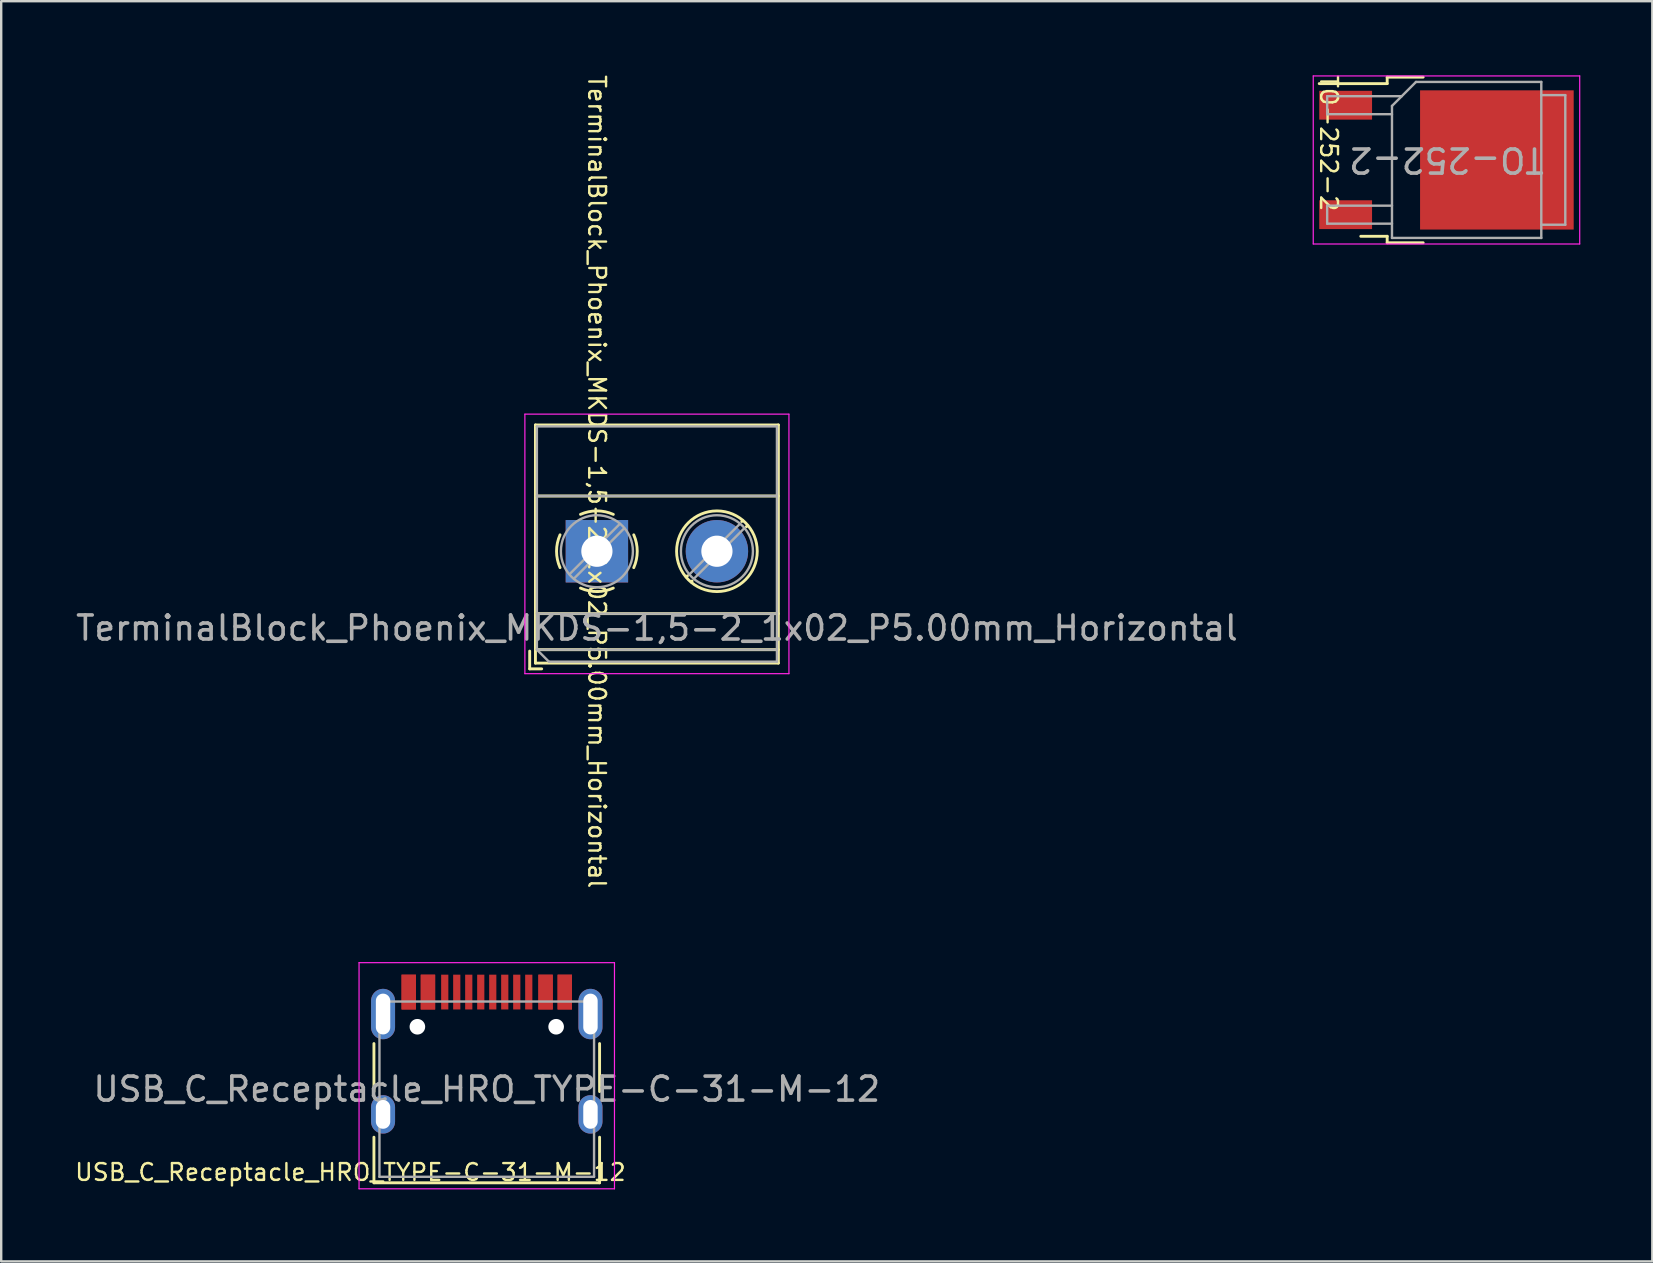
<source format=kicad_pcb>
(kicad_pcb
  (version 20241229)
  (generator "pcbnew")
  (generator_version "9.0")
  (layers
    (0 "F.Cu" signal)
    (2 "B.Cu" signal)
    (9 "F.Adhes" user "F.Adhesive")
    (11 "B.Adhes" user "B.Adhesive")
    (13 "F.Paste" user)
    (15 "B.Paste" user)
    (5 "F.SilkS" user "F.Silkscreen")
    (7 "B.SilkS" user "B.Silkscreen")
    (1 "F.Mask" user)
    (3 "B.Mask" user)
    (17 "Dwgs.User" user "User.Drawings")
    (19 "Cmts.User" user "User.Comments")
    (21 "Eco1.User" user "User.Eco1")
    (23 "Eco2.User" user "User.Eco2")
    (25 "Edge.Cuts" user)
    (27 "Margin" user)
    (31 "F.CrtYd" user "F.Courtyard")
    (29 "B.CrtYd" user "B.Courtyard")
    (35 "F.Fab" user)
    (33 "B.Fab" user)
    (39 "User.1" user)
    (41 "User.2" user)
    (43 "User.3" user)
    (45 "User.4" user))
  (footprint "USB_C_Receptacle_HRO_TYPE-C-31-M-12"
    (layer "F.Cu")
    (at 17.227 42.322)
    (property "Reference" "USB_C_Receptacle_HRO_TYPE-C-31-M-12" (at -5.68 3.46 0) (unlocked yes) (layer "F.SilkS") (effects (font (size 0.7 0.7) (thickness 0.1))))
    (attr smd)
    (fp_line (start -4.7 -1.9) (end -4.7 0.1) (stroke (width 0.12) (type solid)) (layer "F.SilkS"))
    (fp_line (start -4.7 2) (end -4.7 3.9) (stroke (width 0.12) (type solid)) (layer "F.SilkS"))
    (fp_line (start -4.7 3.9) (end 4.7 3.9) (stroke (width 0.12) (type solid)) (layer "F.SilkS"))
    (fp_line (start 4.7 -1.9) (end 4.7 0.1) (stroke (width 0.12) (type solid)) (layer "F.SilkS"))
    (fp_line (start 4.7 2) (end 4.7 3.9) (stroke (width 0.12) (type solid)) (layer "F.SilkS"))
    (fp_line (start -5.32 -5.27) (end -5.32 4.15) (stroke (width 0.05) (type solid)) (layer "F.CrtYd"))
    (fp_line (start -5.32 -5.27) (end 5.32 -5.27) (stroke (width 0.05) (type solid)) (layer "F.CrtYd"))
    (fp_line (start -5.32 4.15) (end 5.32 4.15) (stroke (width 0.05) (type solid)) (layer "F.CrtYd"))
    (fp_line (start 5.32 -5.27) (end 5.32 4.15) (stroke (width 0.05) (type solid)) (layer "F.CrtYd"))
    (fp_line (start -4.47 -3.65) (end -4.47 3.65) (stroke (width 0.1) (type solid)) (layer "F.Fab"))
    (fp_line (start -4.47 -3.65) (end 4.47 -3.65) (stroke (width 0.1) (type solid)) (layer "F.Fab"))
    (fp_line (start -4.47 3.65) (end 4.47 3.65) (stroke (width 0.1) (type solid)) (layer "F.Fab"))
    (fp_line (start 4.47 -3.65) (end 4.47 3.65) (stroke (width 0.1) (type solid)) (layer "F.Fab"))
    (fp_text user "${REFERENCE}" (at 0 0 0) (unlocked yes) (layer "F.Fab") (effects (font (size 1 1) (thickness 0.15))))
    (pad "" np_thru_hole circle (at -2.89 -2.6) (size 0.65 0.65) (drill 0.65) (layers "*.Cu" "*.Mask"))
    (pad "" np_thru_hole circle (at 2.89 -2.6) (size 0.65 0.65) (drill 0.65) (layers "*.Cu" "*.Mask"))
    (pad "A1" smd rect (at -3.25 -4.045) (size 0.6 1.45) (layers "F.Cu" "F.Mask" "F.Paste"))
    (pad "A4" smd rect (at -2.45 -4.045) (size 0.6 1.45) (layers "F.Cu" "F.Mask" "F.Paste"))
    (pad "A5" smd rect (at -1.25 -4.045) (size 0.3 1.45) (layers "F.Cu" "F.Mask" "F.Paste"))
    (pad "A6" smd rect (at -0.25 -4.045) (size 0.3 1.45) (layers "F.Cu" "F.Mask" "F.Paste"))
    (pad "A7" smd rect (at 0.25 -4.045) (size 0.3 1.45) (layers "F.Cu" "F.Mask" "F.Paste"))
    (pad "A8" smd rect (at 1.25 -4.045) (size 0.3 1.45) (layers "F.Cu" "F.Mask" "F.Paste"))
    (pad "A9" smd rect (at 2.45 -4.045) (size 0.6 1.45) (layers "F.Cu" "F.Mask" "F.Paste"))
    (pad "A12" smd rect (at 3.25 -4.045) (size 0.6 1.45) (layers "F.Cu" "F.Mask" "F.Paste"))
    (pad "B1" smd rect (at 3.25 -4.045) (size 0.6 1.45) (layers "F.Cu" "F.Mask" "F.Paste"))
    (pad "B4" smd rect (at 2.45 -4.045) (size 0.6 1.45) (layers "F.Cu" "F.Mask" "F.Paste"))
    (pad "B5" smd rect (at 1.75 -4.045) (size 0.3 1.45) (layers "F.Cu" "F.Mask" "F.Paste"))
    (pad "B6" smd rect (at 0.75 -4.045) (size 0.3 1.45) (layers "F.Cu" "F.Mask" "F.Paste"))
    (pad "B7" smd rect (at -0.75 -4.045) (size 0.3 1.45) (layers "F.Cu" "F.Mask" "F.Paste"))
    (pad "B8" smd rect (at -1.75 -4.045) (size 0.3 1.45) (layers "F.Cu" "F.Mask" "F.Paste"))
    (pad "B9" smd rect (at -2.45 -4.045) (size 0.6 1.45) (layers "F.Cu" "F.Mask" "F.Paste"))
    (pad "B12" smd rect (at -3.25 -4.045) (size 0.6 1.45) (layers "F.Cu" "F.Mask" "F.Paste"))
    (pad "S1" thru_hole oval (at -4.32 -3.13) (size 1 2.1) (drill oval 0.6 1.7) (layers "*.Cu" "*.Mask"))
    (pad "S1" thru_hole oval (at -4.32 1.05) (size 1 1.6) (drill oval 0.6 1.2) (layers "*.Cu" "*.Mask"))
    (pad "S1" thru_hole oval (at 4.32 -3.13) (size 1 2.1) (drill oval 0.6 1.7) (layers "*.Cu" "*.Mask"))
    (pad "S1" thru_hole oval (at 4.32 1.05) (size 1 1.6) (drill oval 0.6 1.2) (layers "*.Cu" "*.Mask")))
  (footprint "TO-252-2"
    (layer "F.Cu")
    (at 57.206 3.613)
    (property "Reference" "TO-252-2" (at -4.9 -0.7 270) (unlocked yes) (layer "F.SilkS") (effects (font (size 0.7 0.7) (thickness 0.1))))
    (attr smd)
    (fp_line (start -2.47 -3.45) (end -2.47 -3.18) (stroke (width 0.12) (type solid)) (layer "F.SilkS"))
    (fp_line (start -2.47 -3.18) (end -5.3 -3.18) (stroke (width 0.12) (type solid)) (layer "F.SilkS"))
    (fp_line (start -2.47 3.18) (end -3.57 3.18) (stroke (width 0.12) (type solid)) (layer "F.SilkS"))
    (fp_line (start -2.47 3.45) (end -2.47 3.18) (stroke (width 0.12) (type solid)) (layer "F.SilkS"))
    (fp_line (start -0.97 -3.45) (end -2.47 -3.45) (stroke (width 0.12) (type solid)) (layer "F.SilkS"))
    (fp_line (start -0.97 3.45) (end -2.47 3.45) (stroke (width 0.12) (type solid)) (layer "F.SilkS"))
    (fp_line (start -5.55 -3.5) (end -5.55 3.5) (stroke (width 0.05) (type solid)) (layer "F.CrtYd"))
    (fp_line (start -5.55 3.5) (end 5.55 3.5) (stroke (width 0.05) (type solid)) (layer "F.CrtYd"))
    (fp_line (start 5.55 -3.5) (end -5.55 -3.5) (stroke (width 0.05) (type solid)) (layer "F.CrtYd"))
    (fp_line (start 5.55 3.5) (end 5.55 -3.5) (stroke (width 0.05) (type solid)) (layer "F.CrtYd"))
    (fp_line (start -4.97 -2.655) (end -4.97 -1.905) (stroke (width 0.1) (type solid)) (layer "F.Fab"))
    (fp_line (start -4.97 -1.905) (end -2.27 -1.905) (stroke (width 0.1) (type solid)) (layer "F.Fab"))
    (fp_line (start -4.97 1.905) (end -4.97 2.655) (stroke (width 0.1) (type solid)) (layer "F.Fab"))
    (fp_line (start -4.97 2.655) (end -2.27 2.655) (stroke (width 0.1) (type solid)) (layer "F.Fab"))
    (fp_line (start -2.27 -2.25) (end -1.27 -3.25) (stroke (width 0.1) (type solid)) (layer "F.Fab"))
    (fp_line (start -2.27 1.905) (end -4.97 1.905) (stroke (width 0.1) (type solid)) (layer "F.Fab"))
    (fp_line (start -2.27 3.25) (end -2.27 -2.25) (stroke (width 0.1) (type solid)) (layer "F.Fab"))
    (fp_line (start -1.865 -2.655) (end -4.97 -2.655) (stroke (width 0.1) (type solid)) (layer "F.Fab"))
    (fp_line (start -1.27 -3.25) (end 3.95 -3.25) (stroke (width 0.1) (type solid)) (layer "F.Fab"))
    (fp_line (start 3.95 -3.25) (end 3.95 3.25) (stroke (width 0.1) (type solid)) (layer "F.Fab"))
    (fp_line (start 3.95 -2.7) (end 4.95 -2.7) (stroke (width 0.1) (type solid)) (layer "F.Fab"))
    (fp_line (start 3.95 3.25) (end -2.27 3.25) (stroke (width 0.1) (type solid)) (layer "F.Fab"))
    (fp_line (start 4.95 -2.7) (end 4.95 2.7) (stroke (width 0.1) (type solid)) (layer "F.Fab"))
    (fp_line (start 4.95 2.7) (end 3.95 2.7) (stroke (width 0.1) (type solid)) (layer "F.Fab"))
    (fp_text user "${REFERENCE}" (at 0 0 180) (unlocked yes) (layer "F.Fab") (effects (font (size 1 1) (thickness 0.15))))
    (pad "" smd rect (at 0.425 -1.525) (size 3.05 2.75) (layers "F.Paste"))
    (pad "" smd rect (at 0.425 1.525) (size 3.05 2.75) (layers "F.Paste"))
    (pad "" smd rect (at 3.775 -1.525) (size 3.05 2.75) (layers "F.Paste"))
    (pad "" smd rect (at 3.775 1.525) (size 3.05 2.75) (layers "F.Paste"))
    (pad "1" smd rect (at -4.2 -2.28) (size 2.2 1.2) (layers "F.Cu" "F.Mask" "F.Paste"))
    (pad "2" smd rect (at 2.1 0) (size 6.4 5.8) (layers "F.Cu" "F.Mask"))
    (pad "3" smd rect (at -4.2 2.28) (size 2.2 1.2) (layers "F.Cu" "F.Mask" "F.Paste")))
  (footprint "TerminalBlock_Phoenix_MKDS-1,5-2_1x02_P5.00mm_Horizontal"
    (layer "F.Cu")
    (at 21.815 19.913)
    (property "Reference" "TerminalBlock_Phoenix_MKDS-1,5-2_1x02_P5.00mm_Horizontal" (at 0 -2.9 270) (unlocked yes) (layer "F.SilkS") (effects (font (size 0.7 0.7) (thickness 0.1))))
    (attr through_hole)
    (fp_line (start -2.8 4.16) (end -2.8 4.9) (stroke (width 0.12) (type solid)) (layer "F.SilkS"))
    (fp_line (start -2.8 4.9) (end -2.3 4.9) (stroke (width 0.12) (type solid)) (layer "F.SilkS"))
    (fp_line (start -2.56 -5.261) (end -2.56 4.66) (stroke (width 0.12) (type solid)) (layer "F.SilkS"))
    (fp_line (start -2.56 -5.261) (end 7.56 -5.261) (stroke (width 0.12) (type solid)) (layer "F.SilkS"))
    (fp_line (start -2.56 -2.301) (end 7.56 -2.301) (stroke (width 0.12) (type solid)) (layer "F.SilkS"))
    (fp_line (start -2.56 2.6) (end 7.56 2.6) (stroke (width 0.12) (type solid)) (layer "F.SilkS"))
    (fp_line (start -2.56 4.1) (end 7.56 4.1) (stroke (width 0.12) (type solid)) (layer "F.SilkS"))
    (fp_line (start -2.56 4.66) (end 7.56 4.66) (stroke (width 0.12) (type solid)) (layer "F.SilkS"))
    (fp_line (start 3.773 1.023) (end 3.726 1.069) (stroke (width 0.12) (type solid)) (layer "F.SilkS"))
    (fp_line (start 3.966 1.239) (end 3.931 1.274) (stroke (width 0.12) (type solid)) (layer "F.SilkS"))
    (fp_line (start 6.07 -1.275) (end 6.035 -1.239) (stroke (width 0.12) (type solid)) (layer "F.SilkS"))
    (fp_line (start 6.275 -1.069) (end 6.228 -1.023) (stroke (width 0.12) (type solid)) (layer "F.SilkS"))
    (fp_line (start 7.56 -5.261) (end 7.56 4.66) (stroke (width 0.12) (type solid)) (layer "F.SilkS"))
    (fp_arc (start -1.535427 0.683042) (mid -1.680501 -0.000524) (end -1.535 -0.684) (stroke (width 0.12) (type solid)) (layer "F.SilkS"))
    (fp_arc (start -0.683042 -1.535427) (mid 0.000524 -1.680501) (end 0.684 -1.535) (stroke (width 0.12) (type solid)) (layer "F.SilkS"))
    (fp_arc (start 0.028805 1.680253) (mid -0.335551 1.646659) (end -0.684 1.535) (stroke (width 0.12) (type solid)) (layer "F.SilkS"))
    (fp_arc (start 0.683318 1.534756) (mid 0.349292 1.643288) (end 0 1.68) (stroke (width 0.12) (type solid)) (layer "F.SilkS"))
    (fp_arc (start 1.535427 -0.683042) (mid 1.680501 0.000524) (end 1.535 0.684) (stroke (width 0.12) (type solid)) (layer "F.SilkS"))
    (fp_circle (center 5 0) (end 6.68 0) (stroke (width 0.12) (type solid)) (fill no) (layer "F.SilkS"))
    (fp_line (start -3 -5.71) (end -3 5.1) (stroke (width 0.05) (type solid)) (layer "F.CrtYd"))
    (fp_line (start -3 5.1) (end 8 5.1) (stroke (width 0.05) (type solid)) (layer "F.CrtYd"))
    (fp_line (start 8 -5.71) (end -3 -5.71) (stroke (width 0.05) (type solid)) (layer "F.CrtYd"))
    (fp_line (start 8 5.1) (end 8 -5.71) (stroke (width 0.05) (type solid)) (layer "F.CrtYd"))
    (fp_line (start -2.5 -5.2) (end 7.5 -5.2) (stroke (width 0.1) (type solid)) (layer "F.Fab"))
    (fp_line (start -2.5 -2.3) (end 7.5 -2.3) (stroke (width 0.1) (type solid)) (layer "F.Fab"))
    (fp_line (start -2.5 2.6) (end 7.5 2.6) (stroke (width 0.1) (type solid)) (layer "F.Fab"))
    (fp_line (start -2.5 4.1) (end -2.5 -5.2) (stroke (width 0.1) (type solid)) (layer "F.Fab"))
    (fp_line (start -2.5 4.1) (end 7.5 4.1) (stroke (width 0.1) (type solid)) (layer "F.Fab"))
    (fp_line (start -2 4.6) (end -2.5 4.1) (stroke (width 0.1) (type solid)) (layer "F.Fab"))
    (fp_line (start 0.955 -1.138) (end -1.138 0.955) (stroke (width 0.1) (type solid)) (layer "F.Fab"))
    (fp_line (start 1.138 -0.955) (end -0.955 1.138) (stroke (width 0.1) (type solid)) (layer "F.Fab"))
    (fp_line (start 5.955 -1.138) (end 3.863 0.955) (stroke (width 0.1) (type solid)) (layer "F.Fab"))
    (fp_line (start 6.138 -0.955) (end 4.046 1.138) (stroke (width 0.1) (type solid)) (layer "F.Fab"))
    (fp_line (start 7.5 -5.2) (end 7.5 4.6) (stroke (width 0.1) (type solid)) (layer "F.Fab"))
    (fp_line (start 7.5 4.6) (end -2 4.6) (stroke (width 0.1) (type solid)) (layer "F.Fab"))
    (fp_circle (center 0 0) (end 1.5 0) (stroke (width 0.1) (type solid)) (fill no) (layer "F.Fab"))
    (fp_circle (center 5 0) (end 6.5 0) (stroke (width 0.1) (type solid)) (fill no) (layer "F.Fab"))
    (fp_text user "${REFERENCE}" (at 2.5 3.2 0) (unlocked yes) (layer "F.Fab") (effects (font (size 1 1) (thickness 0.15))))
    (pad "1" thru_hole rect (at 0 0) (size 2.6 2.6) (drill 1.3) (layers "*.Cu" "*.Mask"))
    (pad "2" thru_hole circle (at 5 0) (size 2.6 2.6) (drill 1.3) (layers "*.Cu" "*.Mask")))
  (gr_rect
    (start -3 -3)
    (end 65.781 49.497)
    (stroke (width 0.1) (type default))
    (fill no)
    (layer "Edge.Cuts")))
</source>
